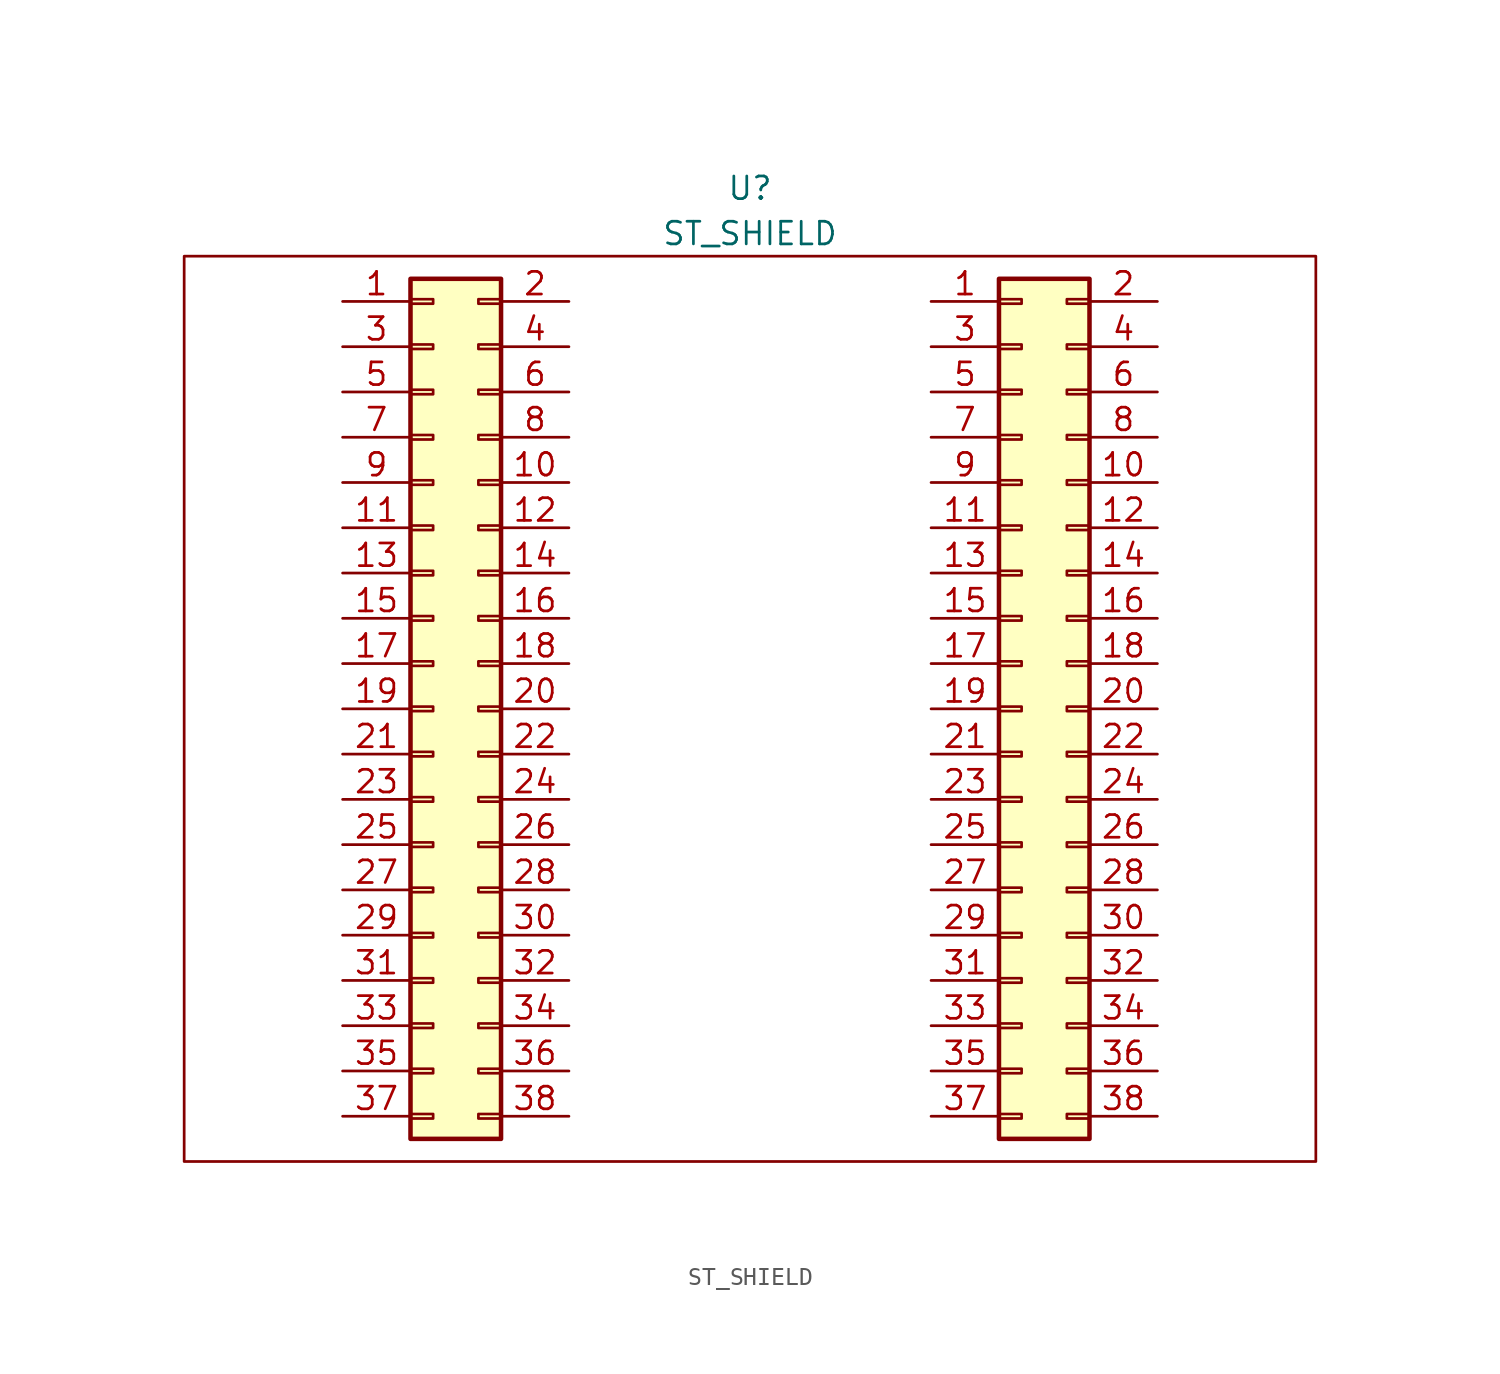
<source format=kicad_sym>
(kicad_symbol_lib
  (version 20211014)
  (generator kicad_symbol_editor)
  (symbol "ST_SHIELD"
    (property "Reference" "U"
      (at 0 29.21 0)
      (effects (font (size 1.27 1.27))))
    (property "Value" "ST_SHIELD"
      (at 0 26.67 0)
      (effects (font (size 1.27 1.27))))
    (symbol "ST_SHIELD_0_1"
      (rectangle (start -31.75 25.4) (end 31.75 -25.4) (stroke (width 0) (type default) (color 0 0 0 0)) (fill (type none))))
    (symbol "ST_SHIELD_1_1"
      (rectangle (start -19.05 -22.733) (end -17.78 -22.987) (stroke (width 0.152) (type default) (color 0 0 0 0)) (fill (type none)))
      (rectangle (start -19.05 -20.193) (end -17.78 -20.447) (stroke (width 0.152) (type default) (color 0 0 0 0)) (fill (type none)))
      (rectangle (start -19.05 -17.653) (end -17.78 -17.907) (stroke (width 0.152) (type default) (color 0 0 0 0)) (fill (type none)))
      (rectangle (start -19.05 -15.113) (end -17.78 -15.367) (stroke (width 0.152) (type default) (color 0 0 0 0)) (fill (type none)))
      (rectangle (start -19.05 -12.573) (end -17.78 -12.827) (stroke (width 0.152) (type default) (color 0 0 0 0)) (fill (type none)))
      (rectangle (start -19.05 -10.033) (end -17.78 -10.287) (stroke (width 0.152) (type default) (color 0 0 0 0)) (fill (type none)))
      (rectangle (start -19.05 -7.493) (end -17.78 -7.747) (stroke (width 0.152) (type default) (color 0 0 0 0)) (fill (type none)))
      (rectangle (start -19.05 -4.953) (end -17.78 -5.207) (stroke (width 0.152) (type default) (color 0 0 0 0)) (fill (type none)))
      (rectangle (start -19.05 -2.413) (end -17.78 -2.667) (stroke (width 0.152) (type default) (color 0 0 0 0)) (fill (type none)))
      (rectangle (start -19.05 0.127) (end -17.78 -0.127) (stroke (width 0.152) (type default) (color 0 0 0 0)) (fill (type none)))
      (rectangle (start -19.05 2.667) (end -17.78 2.413) (stroke (width 0.152) (type default) (color 0 0 0 0)) (fill (type none)))
      (rectangle (start -19.05 5.207) (end -17.78 4.953) (stroke (width 0.152) (type default) (color 0 0 0 0)) (fill (type none)))
      (rectangle (start -19.05 7.747) (end -17.78 7.493) (stroke (width 0.152) (type default) (color 0 0 0 0)) (fill (type none)))
      (rectangle (start -19.05 10.287) (end -17.78 10.033) (stroke (width 0.152) (type default) (color 0 0 0 0)) (fill (type none)))
      (rectangle (start -19.05 12.827) (end -17.78 12.573) (stroke (width 0.152) (type default) (color 0 0 0 0)) (fill (type none)))
      (rectangle (start -19.05 15.367) (end -17.78 15.113) (stroke (width 0.152) (type default) (color 0 0 0 0)) (fill (type none)))
      (rectangle (start -19.05 17.907) (end -17.78 17.653) (stroke (width 0.152) (type default) (color 0 0 0 0)) (fill (type none)))
      (rectangle (start -19.05 20.447) (end -17.78 20.193) (stroke (width 0.152) (type default) (color 0 0 0 0)) (fill (type none)))
      (rectangle (start -19.05 22.987) (end -17.78 22.733) (stroke (width 0.152) (type default) (color 0 0 0 0)) (fill (type none)))
      (rectangle (start -19.05 24.13) (end -13.97 -24.13) (stroke (width 0.254) (type default) (color 0 0 0 0)) (fill (type background)))
      (rectangle (start -13.97 -22.733) (end -15.24 -22.987) (stroke (width 0.152) (type default) (color 0 0 0 0)) (fill (type none)))
      (rectangle (start -13.97 -20.193) (end -15.24 -20.447) (stroke (width 0.152) (type default) (color 0 0 0 0)) (fill (type none)))
      (rectangle (start -13.97 -17.653) (end -15.24 -17.907) (stroke (width 0.152) (type default) (color 0 0 0 0)) (fill (type none)))
      (rectangle (start -13.97 -15.113) (end -15.24 -15.367) (stroke (width 0.152) (type default) (color 0 0 0 0)) (fill (type none)))
      (rectangle (start -13.97 -12.573) (end -15.24 -12.827) (stroke (width 0.152) (type default) (color 0 0 0 0)) (fill (type none)))
      (rectangle (start -13.97 -10.033) (end -15.24 -10.287) (stroke (width 0.152) (type default) (color 0 0 0 0)) (fill (type none)))
      (rectangle (start -13.97 -7.493) (end -15.24 -7.747) (stroke (width 0.152) (type default) (color 0 0 0 0)) (fill (type none)))
      (rectangle (start -13.97 -4.953) (end -15.24 -5.207) (stroke (width 0.152) (type default) (color 0 0 0 0)) (fill (type none)))
      (rectangle (start -13.97 -2.413) (end -15.24 -2.667) (stroke (width 0.152) (type default) (color 0 0 0 0)) (fill (type none)))
      (rectangle (start -13.97 0.127) (end -15.24 -0.127) (stroke (width 0.152) (type default) (color 0 0 0 0)) (fill (type none)))
      (rectangle (start -13.97 2.667) (end -15.24 2.413) (stroke (width 0.152) (type default) (color 0 0 0 0)) (fill (type none)))
      (rectangle (start -13.97 5.207) (end -15.24 4.953) (stroke (width 0.152) (type default) (color 0 0 0 0)) (fill (type none)))
      (rectangle (start -13.97 7.747) (end -15.24 7.493) (stroke (width 0.152) (type default) (color 0 0 0 0)) (fill (type none)))
      (rectangle (start -13.97 10.287) (end -15.24 10.033) (stroke (width 0.152) (type default) (color 0 0 0 0)) (fill (type none)))
      (rectangle (start -13.97 12.827) (end -15.24 12.573) (stroke (width 0.152) (type default) (color 0 0 0 0)) (fill (type none)))
      (rectangle (start -13.97 15.367) (end -15.24 15.113) (stroke (width 0.152) (type default) (color 0 0 0 0)) (fill (type none)))
      (rectangle (start -13.97 17.907) (end -15.24 17.653) (stroke (width 0.152) (type default) (color 0 0 0 0)) (fill (type none)))
      (rectangle (start -13.97 20.447) (end -15.24 20.193) (stroke (width 0.152) (type default) (color 0 0 0 0)) (fill (type none)))
      (rectangle (start -13.97 22.987) (end -15.24 22.733) (stroke (width 0.152) (type default) (color 0 0 0 0)) (fill (type none)))
      (rectangle (start 13.97 -22.733) (end 15.24 -22.987) (stroke (width 0.152) (type default) (color 0 0 0 0)) (fill (type none)))
      (rectangle (start 13.97 -20.193) (end 15.24 -20.447) (stroke (width 0.152) (type default) (color 0 0 0 0)) (fill (type none)))
      (rectangle (start 13.97 -17.653) (end 15.24 -17.907) (stroke (width 0.152) (type default) (color 0 0 0 0)) (fill (type none)))
      (rectangle (start 13.97 -15.113) (end 15.24 -15.367) (stroke (width 0.152) (type default) (color 0 0 0 0)) (fill (type none)))
      (rectangle (start 13.97 -12.573) (end 15.24 -12.827) (stroke (width 0.152) (type default) (color 0 0 0 0)) (fill (type none)))
      (rectangle (start 13.97 -10.033) (end 15.24 -10.287) (stroke (width 0.152) (type default) (color 0 0 0 0)) (fill (type none)))
      (rectangle (start 13.97 -7.493) (end 15.24 -7.747) (stroke (width 0.152) (type default) (color 0 0 0 0)) (fill (type none)))
      (rectangle (start 13.97 -4.953) (end 15.24 -5.207) (stroke (width 0.152) (type default) (color 0 0 0 0)) (fill (type none)))
      (rectangle (start 13.97 -2.413) (end 15.24 -2.667) (stroke (width 0.152) (type default) (color 0 0 0 0)) (fill (type none)))
      (rectangle (start 13.97 0.127) (end 15.24 -0.127) (stroke (width 0.152) (type default) (color 0 0 0 0)) (fill (type none)))
      (rectangle (start 13.97 2.667) (end 15.24 2.413) (stroke (width 0.152) (type default) (color 0 0 0 0)) (fill (type none)))
      (rectangle (start 13.97 5.207) (end 15.24 4.953) (stroke (width 0.152) (type default) (color 0 0 0 0)) (fill (type none)))
      (rectangle (start 13.97 7.747) (end 15.24 7.493) (stroke (width 0.152) (type default) (color 0 0 0 0)) (fill (type none)))
      (rectangle (start 13.97 10.287) (end 15.24 10.033) (stroke (width 0.152) (type default) (color 0 0 0 0)) (fill (type none)))
      (rectangle (start 13.97 12.827) (end 15.24 12.573) (stroke (width 0.152) (type default) (color 0 0 0 0)) (fill (type none)))
      (rectangle (start 13.97 15.367) (end 15.24 15.113) (stroke (width 0.152) (type default) (color 0 0 0 0)) (fill (type none)))
      (rectangle (start 13.97 17.907) (end 15.24 17.653) (stroke (width 0.152) (type default) (color 0 0 0 0)) (fill (type none)))
      (rectangle (start 13.97 20.447) (end 15.24 20.193) (stroke (width 0.152) (type default) (color 0 0 0 0)) (fill (type none)))
      (rectangle (start 13.97 22.987) (end 15.24 22.733) (stroke (width 0.152) (type default) (color 0 0 0 0)) (fill (type none)))
      (rectangle (start 13.97 24.13) (end 19.05 -24.13) (stroke (width 0.254) (type default) (color 0 0 0 0)) (fill (type background)))
      (rectangle (start 19.05 -22.733) (end 17.78 -22.987) (stroke (width 0.152) (type default) (color 0 0 0 0)) (fill (type none)))
      (rectangle (start 19.05 -20.193) (end 17.78 -20.447) (stroke (width 0.152) (type default) (color 0 0 0 0)) (fill (type none)))
      (rectangle (start 19.05 -17.653) (end 17.78 -17.907) (stroke (width 0.152) (type default) (color 0 0 0 0)) (fill (type none)))
      (rectangle (start 19.05 -15.113) (end 17.78 -15.367) (stroke (width 0.152) (type default) (color 0 0 0 0)) (fill (type none)))
      (rectangle (start 19.05 -12.573) (end 17.78 -12.827) (stroke (width 0.152) (type default) (color 0 0 0 0)) (fill (type none)))
      (rectangle (start 19.05 -10.033) (end 17.78 -10.287) (stroke (width 0.152) (type default) (color 0 0 0 0)) (fill (type none)))
      (rectangle (start 19.05 -7.493) (end 17.78 -7.747) (stroke (width 0.152) (type default) (color 0 0 0 0)) (fill (type none)))
      (rectangle (start 19.05 -4.953) (end 17.78 -5.207) (stroke (width 0.152) (type default) (color 0 0 0 0)) (fill (type none)))
      (rectangle (start 19.05 -2.413) (end 17.78 -2.667) (stroke (width 0.152) (type default) (color 0 0 0 0)) (fill (type none)))
      (rectangle (start 19.05 0.127) (end 17.78 -0.127) (stroke (width 0.152) (type default) (color 0 0 0 0)) (fill (type none)))
      (rectangle (start 19.05 2.667) (end 17.78 2.413) (stroke (width 0.152) (type default) (color 0 0 0 0)) (fill (type none)))
      (rectangle (start 19.05 5.207) (end 17.78 4.953) (stroke (width 0.152) (type default) (color 0 0 0 0)) (fill (type none)))
      (rectangle (start 19.05 7.747) (end 17.78 7.493) (stroke (width 0.152) (type default) (color 0 0 0 0)) (fill (type none)))
      (rectangle (start 19.05 10.287) (end 17.78 10.033) (stroke (width 0.152) (type default) (color 0 0 0 0)) (fill (type none)))
      (rectangle (start 19.05 12.827) (end 17.78 12.573) (stroke (width 0.152) (type default) (color 0 0 0 0)) (fill (type none)))
      (rectangle (start 19.05 15.367) (end 17.78 15.113) (stroke (width 0.152) (type default) (color 0 0 0 0)) (fill (type none)))
      (rectangle (start 19.05 17.907) (end 17.78 17.653) (stroke (width 0.152) (type default) (color 0 0 0 0)) (fill (type none)))
      (rectangle (start 19.05 20.447) (end 17.78 20.193) (stroke (width 0.152) (type default) (color 0 0 0 0)) (fill (type none)))
      (rectangle (start 19.05 22.987) (end 17.78 22.733) (stroke (width 0.152) (type default) (color 0 0 0 0)) (fill (type none)))
      (pin passive line (at -22.86 22.86 0) (length 3.81) (name "" (effects (font (size 1.27 1.27)))) (number "1" (effects (font (size 1.27 1.27)))))
      (pin passive line (at 10.16 22.86 0) (length 3.81) (name "" (effects (font (size 1.27 1.27)))) (number "1" (effects (font (size 1.27 1.27)))))
      (pin passive line (at -10.16 12.7 180) (length 3.81) (name "" (effects (font (size 1.27 1.27)))) (number "10" (effects (font (size 1.27 1.27)))))
      (pin passive line (at 22.86 12.7 180) (length 3.81) (name "" (effects (font (size 1.27 1.27)))) (number "10" (effects (font (size 1.27 1.27)))))
      (pin passive line (at -22.86 10.16 0) (length 3.81) (name "" (effects (font (size 1.27 1.27)))) (number "11" (effects (font (size 1.27 1.27)))))
      (pin passive line (at 10.16 10.16 0) (length 3.81) (name "" (effects (font (size 1.27 1.27)))) (number "11" (effects (font (size 1.27 1.27)))))
      (pin passive line (at -10.16 10.16 180) (length 3.81) (name "" (effects (font (size 1.27 1.27)))) (number "12" (effects (font (size 1.27 1.27)))))
      (pin passive line (at 22.86 10.16 180) (length 3.81) (name "" (effects (font (size 1.27 1.27)))) (number "12" (effects (font (size 1.27 1.27)))))
      (pin passive line (at -22.86 7.62 0) (length 3.81) (name "" (effects (font (size 1.27 1.27)))) (number "13" (effects (font (size 1.27 1.27)))))
      (pin passive line (at 10.16 7.62 0) (length 3.81) (name "" (effects (font (size 1.27 1.27)))) (number "13" (effects (font (size 1.27 1.27)))))
      (pin passive line (at -10.16 7.62 180) (length 3.81) (name "" (effects (font (size 1.27 1.27)))) (number "14" (effects (font (size 1.27 1.27)))))
      (pin passive line (at 22.86 7.62 180) (length 3.81) (name "" (effects (font (size 1.27 1.27)))) (number "14" (effects (font (size 1.27 1.27)))))
      (pin passive line (at -22.86 5.08 0) (length 3.81) (name "" (effects (font (size 1.27 1.27)))) (number "15" (effects (font (size 1.27 1.27)))))
      (pin passive line (at 10.16 5.08 0) (length 3.81) (name "" (effects (font (size 1.27 1.27)))) (number "15" (effects (font (size 1.27 1.27)))))
      (pin passive line (at -10.16 5.08 180) (length 3.81) (name "" (effects (font (size 1.27 1.27)))) (number "16" (effects (font (size 1.27 1.27)))))
      (pin passive line (at 22.86 5.08 180) (length 3.81) (name "" (effects (font (size 1.27 1.27)))) (number "16" (effects (font (size 1.27 1.27)))))
      (pin passive line (at -22.86 2.54 0) (length 3.81) (name "" (effects (font (size 1.27 1.27)))) (number "17" (effects (font (size 1.27 1.27)))))
      (pin passive line (at 10.16 2.54 0) (length 3.81) (name "" (effects (font (size 1.27 1.27)))) (number "17" (effects (font (size 1.27 1.27)))))
      (pin passive line (at -10.16 2.54 180) (length 3.81) (name "" (effects (font (size 1.27 1.27)))) (number "18" (effects (font (size 1.27 1.27)))))
      (pin passive line (at 22.86 2.54 180) (length 3.81) (name "" (effects (font (size 1.27 1.27)))) (number "18" (effects (font (size 1.27 1.27)))))
      (pin passive line (at -22.86 0 0) (length 3.81) (name "" (effects (font (size 1.27 1.27)))) (number "19" (effects (font (size 1.27 1.27)))))
      (pin passive line (at 10.16 0 0) (length 3.81) (name "" (effects (font (size 1.27 1.27)))) (number "19" (effects (font (size 1.27 1.27)))))
      (pin passive line (at -10.16 22.86 180) (length 3.81) (name "" (effects (font (size 1.27 1.27)))) (number "2" (effects (font (size 1.27 1.27)))))
      (pin passive line (at 22.86 22.86 180) (length 3.81) (name "" (effects (font (size 1.27 1.27)))) (number "2" (effects (font (size 1.27 1.27)))))
      (pin passive line (at -10.16 0 180) (length 3.81) (name "" (effects (font (size 1.27 1.27)))) (number "20" (effects (font (size 1.27 1.27)))))
      (pin passive line (at 22.86 0 180) (length 3.81) (name "" (effects (font (size 1.27 1.27)))) (number "20" (effects (font (size 1.27 1.27)))))
      (pin passive line (at -22.86 -2.54 0) (length 3.81) (name "" (effects (font (size 1.27 1.27)))) (number "21" (effects (font (size 1.27 1.27)))))
      (pin passive line (at 10.16 -2.54 0) (length 3.81) (name "" (effects (font (size 1.27 1.27)))) (number "21" (effects (font (size 1.27 1.27)))))
      (pin passive line (at -10.16 -2.54 180) (length 3.81) (name "" (effects (font (size 1.27 1.27)))) (number "22" (effects (font (size 1.27 1.27)))))
      (pin passive line (at 22.86 -2.54 180) (length 3.81) (name "" (effects (font (size 1.27 1.27)))) (number "22" (effects (font (size 1.27 1.27)))))
      (pin passive line (at -22.86 -5.08 0) (length 3.81) (name "" (effects (font (size 1.27 1.27)))) (number "23" (effects (font (size 1.27 1.27)))))
      (pin passive line (at 10.16 -5.08 0) (length 3.81) (name "" (effects (font (size 1.27 1.27)))) (number "23" (effects (font (size 1.27 1.27)))))
      (pin passive line (at -10.16 -5.08 180) (length 3.81) (name "" (effects (font (size 1.27 1.27)))) (number "24" (effects (font (size 1.27 1.27)))))
      (pin passive line (at 22.86 -5.08 180) (length 3.81) (name "" (effects (font (size 1.27 1.27)))) (number "24" (effects (font (size 1.27 1.27)))))
      (pin passive line (at -22.86 -7.62 0) (length 3.81) (name "" (effects (font (size 1.27 1.27)))) (number "25" (effects (font (size 1.27 1.27)))))
      (pin passive line (at 10.16 -7.62 0) (length 3.81) (name "" (effects (font (size 1.27 1.27)))) (number "25" (effects (font (size 1.27 1.27)))))
      (pin passive line (at -10.16 -7.62 180) (length 3.81) (name "" (effects (font (size 1.27 1.27)))) (number "26" (effects (font (size 1.27 1.27)))))
      (pin passive line (at 22.86 -7.62 180) (length 3.81) (name "" (effects (font (size 1.27 1.27)))) (number "26" (effects (font (size 1.27 1.27)))))
      (pin passive line (at -22.86 -10.16 0) (length 3.81) (name "" (effects (font (size 1.27 1.27)))) (number "27" (effects (font (size 1.27 1.27)))))
      (pin passive line (at 10.16 -10.16 0) (length 3.81) (name "" (effects (font (size 1.27 1.27)))) (number "27" (effects (font (size 1.27 1.27)))))
      (pin passive line (at -10.16 -10.16 180) (length 3.81) (name "" (effects (font (size 1.27 1.27)))) (number "28" (effects (font (size 1.27 1.27)))))
      (pin passive line (at 22.86 -10.16 180) (length 3.81) (name "" (effects (font (size 1.27 1.27)))) (number "28" (effects (font (size 1.27 1.27)))))
      (pin passive line (at -22.86 -12.7 0) (length 3.81) (name "" (effects (font (size 1.27 1.27)))) (number "29" (effects (font (size 1.27 1.27)))))
      (pin passive line (at 10.16 -12.7 0) (length 3.81) (name "" (effects (font (size 1.27 1.27)))) (number "29" (effects (font (size 1.27 1.27)))))
      (pin passive line (at -22.86 20.32 0) (length 3.81) (name "" (effects (font (size 1.27 1.27)))) (number "3" (effects (font (size 1.27 1.27)))))
      (pin passive line (at 10.16 20.32 0) (length 3.81) (name "" (effects (font (size 1.27 1.27)))) (number "3" (effects (font (size 1.27 1.27)))))
      (pin passive line (at -10.16 -12.7 180) (length 3.81) (name "" (effects (font (size 1.27 1.27)))) (number "30" (effects (font (size 1.27 1.27)))))
      (pin passive line (at 22.86 -12.7 180) (length 3.81) (name "" (effects (font (size 1.27 1.27)))) (number "30" (effects (font (size 1.27 1.27)))))
      (pin passive line (at -22.86 -15.24 0) (length 3.81) (name "" (effects (font (size 1.27 1.27)))) (number "31" (effects (font (size 1.27 1.27)))))
      (pin passive line (at 10.16 -15.24 0) (length 3.81) (name "" (effects (font (size 1.27 1.27)))) (number "31" (effects (font (size 1.27 1.27)))))
      (pin passive line (at -10.16 -15.24 180) (length 3.81) (name "" (effects (font (size 1.27 1.27)))) (number "32" (effects (font (size 1.27 1.27)))))
      (pin passive line (at 22.86 -15.24 180) (length 3.81) (name "" (effects (font (size 1.27 1.27)))) (number "32" (effects (font (size 1.27 1.27)))))
      (pin passive line (at -22.86 -17.78 0) (length 3.81) (name "" (effects (font (size 1.27 1.27)))) (number "33" (effects (font (size 1.27 1.27)))))
      (pin passive line (at 10.16 -17.78 0) (length 3.81) (name "" (effects (font (size 1.27 1.27)))) (number "33" (effects (font (size 1.27 1.27)))))
      (pin passive line (at -10.16 -17.78 180) (length 3.81) (name "" (effects (font (size 1.27 1.27)))) (number "34" (effects (font (size 1.27 1.27)))))
      (pin passive line (at 22.86 -17.78 180) (length 3.81) (name "" (effects (font (size 1.27 1.27)))) (number "34" (effects (font (size 1.27 1.27)))))
      (pin passive line (at -22.86 -20.32 0) (length 3.81) (name "" (effects (font (size 1.27 1.27)))) (number "35" (effects (font (size 1.27 1.27)))))
      (pin passive line (at 10.16 -20.32 0) (length 3.81) (name "" (effects (font (size 1.27 1.27)))) (number "35" (effects (font (size 1.27 1.27)))))
      (pin passive line (at -10.16 -20.32 180) (length 3.81) (name "" (effects (font (size 1.27 1.27)))) (number "36" (effects (font (size 1.27 1.27)))))
      (pin passive line (at 22.86 -20.32 180) (length 3.81) (name "" (effects (font (size 1.27 1.27)))) (number "36" (effects (font (size 1.27 1.27)))))
      (pin passive line (at -22.86 -22.86 0) (length 3.81) (name "" (effects (font (size 1.27 1.27)))) (number "37" (effects (font (size 1.27 1.27)))))
      (pin passive line (at 10.16 -22.86 0) (length 3.81) (name "" (effects (font (size 1.27 1.27)))) (number "37" (effects (font (size 1.27 1.27)))))
      (pin passive line (at -10.16 -22.86 180) (length 3.81) (name "" (effects (font (size 1.27 1.27)))) (number "38" (effects (font (size 1.27 1.27)))))
      (pin passive line (at 22.86 -22.86 180) (length 3.81) (name "" (effects (font (size 1.27 1.27)))) (number "38" (effects (font (size 1.27 1.27)))))
      (pin passive line (at -10.16 20.32 180) (length 3.81) (name "" (effects (font (size 1.27 1.27)))) (number "4" (effects (font (size 1.27 1.27)))))
      (pin passive line (at 22.86 20.32 180) (length 3.81) (name "" (effects (font (size 1.27 1.27)))) (number "4" (effects (font (size 1.27 1.27)))))
      (pin passive line (at -22.86 17.78 0) (length 3.81) (name "" (effects (font (size 1.27 1.27)))) (number "5" (effects (font (size 1.27 1.27)))))
      (pin passive line (at 10.16 17.78 0) (length 3.81) (name "" (effects (font (size 1.27 1.27)))) (number "5" (effects (font (size 1.27 1.27)))))
      (pin passive line (at -10.16 17.78 180) (length 3.81) (name "" (effects (font (size 1.27 1.27)))) (number "6" (effects (font (size 1.27 1.27)))))
      (pin passive line (at 22.86 17.78 180) (length 3.81) (name "" (effects (font (size 1.27 1.27)))) (number "6" (effects (font (size 1.27 1.27)))))
      (pin passive line (at -22.86 15.24 0) (length 3.81) (name "" (effects (font (size 1.27 1.27)))) (number "7" (effects (font (size 1.27 1.27)))))
      (pin passive line (at 10.16 15.24 0) (length 3.81) (name "" (effects (font (size 1.27 1.27)))) (number "7" (effects (font (size 1.27 1.27)))))
      (pin passive line (at -10.16 15.24 180) (length 3.81) (name "" (effects (font (size 1.27 1.27)))) (number "8" (effects (font (size 1.27 1.27)))))
      (pin passive line (at 22.86 15.24 180) (length 3.81) (name "" (effects (font (size 1.27 1.27)))) (number "8" (effects (font (size 1.27 1.27)))))
      (pin passive line (at -22.86 12.7 0) (length 3.81) (name "" (effects (font (size 1.27 1.27)))) (number "9" (effects (font (size 1.27 1.27)))))
      (pin passive line (at 10.16 12.7 0) (length 3.81) (name "" (effects (font (size 1.27 1.27)))) (number "9" (effects (font (size 1.27 1.27))))))))
</source>
